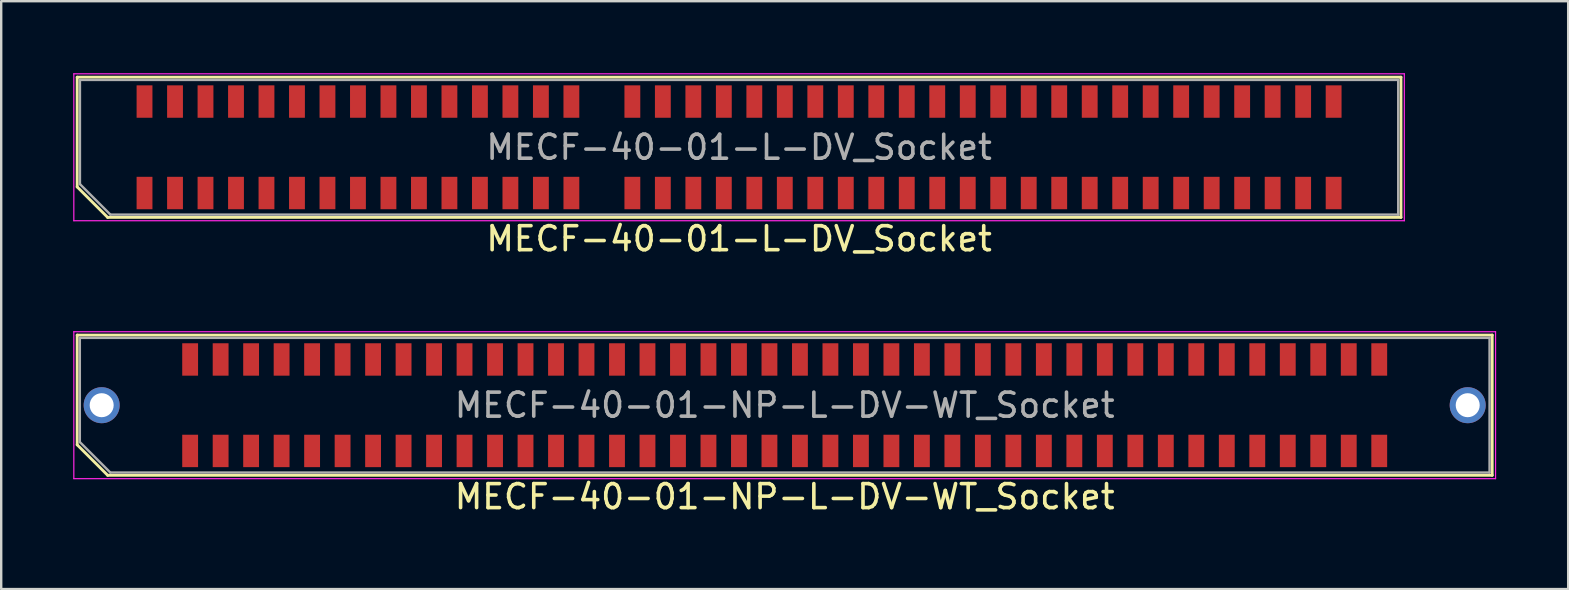
<source format=kicad_pcb>
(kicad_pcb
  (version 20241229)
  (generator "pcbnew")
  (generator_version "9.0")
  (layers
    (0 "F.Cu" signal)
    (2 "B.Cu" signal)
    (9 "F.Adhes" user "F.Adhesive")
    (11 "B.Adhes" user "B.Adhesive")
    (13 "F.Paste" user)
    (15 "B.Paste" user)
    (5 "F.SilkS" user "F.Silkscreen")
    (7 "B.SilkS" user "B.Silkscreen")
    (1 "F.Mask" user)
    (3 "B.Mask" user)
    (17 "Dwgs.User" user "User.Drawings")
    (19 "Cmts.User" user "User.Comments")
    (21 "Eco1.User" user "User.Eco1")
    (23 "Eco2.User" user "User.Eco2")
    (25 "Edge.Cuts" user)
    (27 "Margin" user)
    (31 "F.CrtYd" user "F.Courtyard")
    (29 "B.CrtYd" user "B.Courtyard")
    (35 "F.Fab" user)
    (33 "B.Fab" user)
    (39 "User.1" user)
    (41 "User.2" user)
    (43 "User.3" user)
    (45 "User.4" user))
  (footprint "MECF-40-01-L-DV_Socket"
    (layer "F.Cu")
    (at 27.735 3.085)
    (property "Reference" "MECF-40-01-L-DV_Socket" (at 0 3.81 0) (layer "F.SilkS") (effects (font (size 1 1) (thickness 0.15))))
    (attr smd)
    (fp_line (start -27.57 -2.92) (end 27.57 -2.92) (stroke (width 0.12) (type solid)) (layer "F.SilkS"))
    (fp_line (start -27.57 1.65) (end -27.57 -2.92) (stroke (width 0.12) (type solid)) (layer "F.SilkS"))
    (fp_line (start -26.3 2.92) (end -27.57 1.65) (stroke (width 0.12) (type solid)) (layer "F.SilkS"))
    (fp_line (start -26.3 2.92) (end 27.57 2.92) (stroke (width 0.12) (type solid)) (layer "F.SilkS"))
    (fp_line (start 27.57 2.92) (end 27.57 -2.92) (stroke (width 0.12) (type solid)) (layer "F.SilkS"))
    (fp_line (start -27.71 -3.06) (end -27.71 3.06) (stroke (width 0.05) (type solid)) (layer "F.CrtYd"))
    (fp_line (start -27.71 3.06) (end 27.71 3.06) (stroke (width 0.05) (type solid)) (layer "F.CrtYd"))
    (fp_line (start 27.71 -3.06) (end -27.71 -3.06) (stroke (width 0.05) (type solid)) (layer "F.CrtYd"))
    (fp_line (start 27.71 3.06) (end 27.71 -3.06) (stroke (width 0.05) (type solid)) (layer "F.CrtYd"))
    (fp_line (start -27.455 -2.805) (end 27.455 -2.805) (stroke (width 0.1) (type solid)) (layer "F.Fab"))
    (fp_line (start -27.455 1.535) (end -27.455 -2.805) (stroke (width 0.1) (type solid)) (layer "F.Fab"))
    (fp_line (start -27.455 1.535) (end -26.185 2.805) (stroke (width 0.1) (type solid)) (layer "F.Fab"))
    (fp_line (start -26.185 2.805) (end 27.455 2.805) (stroke (width 0.1) (type solid)) (layer "F.Fab"))
    (fp_line (start 27.455 2.805) (end 27.455 -2.805) (stroke (width 0.1) (type solid)) (layer "F.Fab"))
    (fp_text user "${REFERENCE}" (at 0 0 0) (layer "F.Fab") (effects (font (size 1 1) (thickness 0.15))))
    (pad "" np_thru_hole circle (at -26.545 0) (size 0.001 0.001) (drill 1.45) (layers "*.Cu" "*.Mask"))
    (pad "" np_thru_hole circle (at 26.545 1) (size 0.001 0.001) (drill 1.45) (layers "*.Cu" "*.Mask"))
    (pad "1" smd rect (at -24.765 1.905) (size 0.66 1.35) (layers "F.Cu" "F.Mask" "F.Paste"))
    (pad "2" smd rect (at -24.765 -1.905) (size 0.66 1.35) (layers "F.Cu" "F.Mask" "F.Paste"))
    (pad "3" smd rect (at -23.495 1.905) (size 0.66 1.35) (layers "F.Cu" "F.Mask" "F.Paste"))
    (pad "4" smd rect (at -23.495 -1.905) (size 0.66 1.35) (layers "F.Cu" "F.Mask" "F.Paste"))
    (pad "5" smd rect (at -22.225 1.905) (size 0.66 1.35) (layers "F.Cu" "F.Mask" "F.Paste"))
    (pad "6" smd rect (at -22.225 -1.905) (size 0.66 1.35) (layers "F.Cu" "F.Mask" "F.Paste"))
    (pad "7" smd rect (at -20.955 1.905) (size 0.66 1.35) (layers "F.Cu" "F.Mask" "F.Paste"))
    (pad "8" smd rect (at -20.955 -1.905) (size 0.66 1.35) (layers "F.Cu" "F.Mask" "F.Paste"))
    (pad "9" smd rect (at -19.685 1.905) (size 0.66 1.35) (layers "F.Cu" "F.Mask" "F.Paste"))
    (pad "10" smd rect (at -19.685 -1.905) (size 0.66 1.35) (layers "F.Cu" "F.Mask" "F.Paste"))
    (pad "11" smd rect (at -18.415 1.905) (size 0.66 1.35) (layers "F.Cu" "F.Mask" "F.Paste"))
    (pad "12" smd rect (at -18.415 -1.905) (size 0.66 1.35) (layers "F.Cu" "F.Mask" "F.Paste"))
    (pad "13" smd rect (at -17.145 1.905) (size 0.66 1.35) (layers "F.Cu" "F.Mask" "F.Paste"))
    (pad "14" smd rect (at -17.145 -1.905) (size 0.66 1.35) (layers "F.Cu" "F.Mask" "F.Paste"))
    (pad "15" smd rect (at -15.875 1.905) (size 0.66 1.35) (layers "F.Cu" "F.Mask" "F.Paste"))
    (pad "16" smd rect (at -15.875 -1.905) (size 0.66 1.35) (layers "F.Cu" "F.Mask" "F.Paste"))
    (pad "17" smd rect (at -14.605 1.905) (size 0.66 1.35) (layers "F.Cu" "F.Mask" "F.Paste"))
    (pad "18" smd rect (at -14.605 -1.905) (size 0.66 1.35) (layers "F.Cu" "F.Mask" "F.Paste"))
    (pad "19" smd rect (at -13.335 1.905) (size 0.66 1.35) (layers "F.Cu" "F.Mask" "F.Paste"))
    (pad "20" smd rect (at -13.335 -1.905) (size 0.66 1.35) (layers "F.Cu" "F.Mask" "F.Paste"))
    (pad "21" smd rect (at -12.065 1.905) (size 0.66 1.35) (layers "F.Cu" "F.Mask" "F.Paste"))
    (pad "22" smd rect (at -12.065 -1.905) (size 0.66 1.35) (layers "F.Cu" "F.Mask" "F.Paste"))
    (pad "23" smd rect (at -10.795 1.905) (size 0.66 1.35) (layers "F.Cu" "F.Mask" "F.Paste"))
    (pad "24" smd rect (at -10.795 -1.905) (size 0.66 1.35) (layers "F.Cu" "F.Mask" "F.Paste"))
    (pad "25" smd rect (at -9.525 1.905) (size 0.66 1.35) (layers "F.Cu" "F.Mask" "F.Paste"))
    (pad "26" smd rect (at -9.525 -1.905) (size 0.66 1.35) (layers "F.Cu" "F.Mask" "F.Paste"))
    (pad "27" smd rect (at -8.255 1.905) (size 0.66 1.35) (layers "F.Cu" "F.Mask" "F.Paste"))
    (pad "28" smd rect (at -8.255 -1.905) (size 0.66 1.35) (layers "F.Cu" "F.Mask" "F.Paste"))
    (pad "29" smd rect (at -6.985 1.905) (size 0.66 1.35) (layers "F.Cu" "F.Mask" "F.Paste"))
    (pad "30" smd rect (at -6.985 -1.905) (size 0.66 1.35) (layers "F.Cu" "F.Mask" "F.Paste"))
    (pad "33" smd rect (at -4.445 1.905) (size 0.66 1.35) (layers "F.Cu" "F.Mask" "F.Paste"))
    (pad "34" smd rect (at -4.445 -1.905) (size 0.66 1.35) (layers "F.Cu" "F.Mask" "F.Paste"))
    (pad "35" smd rect (at -3.175 1.905) (size 0.66 1.35) (layers "F.Cu" "F.Mask" "F.Paste"))
    (pad "36" smd rect (at -3.175 -1.905) (size 0.66 1.35) (layers "F.Cu" "F.Mask" "F.Paste"))
    (pad "37" smd rect (at -1.905 1.905) (size 0.66 1.35) (layers "F.Cu" "F.Mask" "F.Paste"))
    (pad "38" smd rect (at -1.905 -1.905) (size 0.66 1.35) (layers "F.Cu" "F.Mask" "F.Paste"))
    (pad "39" smd rect (at -0.635 1.905) (size 0.66 1.35) (layers "F.Cu" "F.Mask" "F.Paste"))
    (pad "40" smd rect (at -0.635 -1.905) (size 0.66 1.35) (layers "F.Cu" "F.Mask" "F.Paste"))
    (pad "41" smd rect (at 0.635 1.905) (size 0.66 1.35) (layers "F.Cu" "F.Mask" "F.Paste"))
    (pad "42" smd rect (at 0.635 -1.905) (size 0.66 1.35) (layers "F.Cu" "F.Mask" "F.Paste"))
    (pad "43" smd rect (at 1.905 1.905) (size 0.66 1.35) (layers "F.Cu" "F.Mask" "F.Paste"))
    (pad "44" smd rect (at 1.905 -1.905) (size 0.66 1.35) (layers "F.Cu" "F.Mask" "F.Paste"))
    (pad "45" smd rect (at 3.175 1.905) (size 0.66 1.35) (layers "F.Cu" "F.Mask" "F.Paste"))
    (pad "46" smd rect (at 3.175 -1.905) (size 0.66 1.35) (layers "F.Cu" "F.Mask" "F.Paste"))
    (pad "47" smd rect (at 4.445 1.905) (size 0.66 1.35) (layers "F.Cu" "F.Mask" "F.Paste"))
    (pad "48" smd rect (at 4.445 -1.905) (size 0.66 1.35) (layers "F.Cu" "F.Mask" "F.Paste"))
    (pad "49" smd rect (at 5.715 1.905) (size 0.66 1.35) (layers "F.Cu" "F.Mask" "F.Paste"))
    (pad "50" smd rect (at 5.715 -1.905) (size 0.66 1.35) (layers "F.Cu" "F.Mask" "F.Paste"))
    (pad "51" smd rect (at 6.985 1.905) (size 0.66 1.35) (layers "F.Cu" "F.Mask" "F.Paste"))
    (pad "52" smd rect (at 6.985 -1.905) (size 0.66 1.35) (layers "F.Cu" "F.Mask" "F.Paste"))
    (pad "53" smd rect (at 8.255 1.905) (size 0.66 1.35) (layers "F.Cu" "F.Mask" "F.Paste"))
    (pad "54" smd rect (at 8.255 -1.905) (size 0.66 1.35) (layers "F.Cu" "F.Mask" "F.Paste"))
    (pad "55" smd rect (at 9.525 1.905) (size 0.66 1.35) (layers "F.Cu" "F.Mask" "F.Paste"))
    (pad "56" smd rect (at 9.525 -1.905) (size 0.66 1.35) (layers "F.Cu" "F.Mask" "F.Paste"))
    (pad "57" smd rect (at 10.795 1.905) (size 0.66 1.35) (layers "F.Cu" "F.Mask" "F.Paste"))
    (pad "58" smd rect (at 10.795 -1.905) (size 0.66 1.35) (layers "F.Cu" "F.Mask" "F.Paste"))
    (pad "59" smd rect (at 12.065 1.905) (size 0.66 1.35) (layers "F.Cu" "F.Mask" "F.Paste"))
    (pad "60" smd rect (at 12.065 -1.905) (size 0.66 1.35) (layers "F.Cu" "F.Mask" "F.Paste"))
    (pad "61" smd rect (at 13.335 1.905) (size 0.66 1.35) (layers "F.Cu" "F.Mask" "F.Paste"))
    (pad "62" smd rect (at 13.335 -1.905) (size 0.66 1.35) (layers "F.Cu" "F.Mask" "F.Paste"))
    (pad "63" smd rect (at 14.605 1.905) (size 0.66 1.35) (layers "F.Cu" "F.Mask" "F.Paste"))
    (pad "64" smd rect (at 14.605 -1.905) (size 0.66 1.35) (layers "F.Cu" "F.Mask" "F.Paste"))
    (pad "65" smd rect (at 15.875 1.905) (size 0.66 1.35) (layers "F.Cu" "F.Mask" "F.Paste"))
    (pad "66" smd rect (at 15.875 -1.905) (size 0.66 1.35) (layers "F.Cu" "F.Mask" "F.Paste"))
    (pad "67" smd rect (at 17.145 1.905) (size 0.66 1.35) (layers "F.Cu" "F.Mask" "F.Paste"))
    (pad "68" smd rect (at 17.145 -1.905) (size 0.66 1.35) (layers "F.Cu" "F.Mask" "F.Paste"))
    (pad "69" smd rect (at 18.415 1.905) (size 0.66 1.35) (layers "F.Cu" "F.Mask" "F.Paste"))
    (pad "70" smd rect (at 18.415 -1.905) (size 0.66 1.35) (layers "F.Cu" "F.Mask" "F.Paste"))
    (pad "71" smd rect (at 19.685 1.905) (size 0.66 1.35) (layers "F.Cu" "F.Mask" "F.Paste"))
    (pad "72" smd rect (at 19.685 -1.905) (size 0.66 1.35) (layers "F.Cu" "F.Mask" "F.Paste"))
    (pad "73" smd rect (at 20.955 1.905) (size 0.66 1.35) (layers "F.Cu" "F.Mask" "F.Paste"))
    (pad "74" smd rect (at 20.955 -1.905) (size 0.66 1.35) (layers "F.Cu" "F.Mask" "F.Paste"))
    (pad "75" smd rect (at 22.225 1.905) (size 0.66 1.35) (layers "F.Cu" "F.Mask" "F.Paste"))
    (pad "76" smd rect (at 22.225 -1.905) (size 0.66 1.35) (layers "F.Cu" "F.Mask" "F.Paste"))
    (pad "77" smd rect (at 23.495 1.905) (size 0.66 1.35) (layers "F.Cu" "F.Mask" "F.Paste"))
    (pad "78" smd rect (at 23.495 -1.905) (size 0.66 1.35) (layers "F.Cu" "F.Mask" "F.Paste"))
    (pad "79" smd rect (at 24.765 1.905) (size 0.66 1.35) (layers "F.Cu" "F.Mask" "F.Paste"))
    (pad "80" smd rect (at 24.765 -1.905) (size 0.66 1.35) (layers "F.Cu" "F.Mask" "F.Paste")))
  (footprint "MECF-40-01-NP-L-DV-WT_Socket"
    (layer "F.Cu")
    (at 29.635 13.828)
    (property "Reference" "MECF-40-01-NP-L-DV-WT_Socket" (at 0 3.81 0) (layer "F.SilkS") (effects (font (size 1 1) (thickness 0.15))))
    (attr smd)
    (fp_line (start -29.47 -2.92) (end 29.47 -2.92) (stroke (width 0.12) (type solid)) (layer "F.SilkS"))
    (fp_line (start -29.47 1.65) (end -29.47 -2.92) (stroke (width 0.12) (type solid)) (layer "F.SilkS"))
    (fp_line (start -28.2 2.92) (end -29.47 1.65) (stroke (width 0.12) (type solid)) (layer "F.SilkS"))
    (fp_line (start -28.2 2.92) (end 29.47 2.92) (stroke (width 0.12) (type solid)) (layer "F.SilkS"))
    (fp_line (start 29.47 2.92) (end 29.47 -2.92) (stroke (width 0.12) (type solid)) (layer "F.SilkS"))
    (fp_line (start -29.61 -3.06) (end -29.61 3.06) (stroke (width 0.05) (type solid)) (layer "F.CrtYd"))
    (fp_line (start -29.61 3.06) (end 29.61 3.06) (stroke (width 0.05) (type solid)) (layer "F.CrtYd"))
    (fp_line (start 29.61 -3.06) (end -29.61 -3.06) (stroke (width 0.05) (type solid)) (layer "F.CrtYd"))
    (fp_line (start 29.61 3.06) (end 29.61 -3.06) (stroke (width 0.05) (type solid)) (layer "F.CrtYd"))
    (fp_line (start -29.36 -2.805) (end 29.36 -2.805) (stroke (width 0.1) (type solid)) (layer "F.Fab"))
    (fp_line (start -29.36 1.535) (end -29.36 -2.805) (stroke (width 0.1) (type solid)) (layer "F.Fab"))
    (fp_line (start -29.36 1.535) (end -28.09 2.805) (stroke (width 0.1) (type solid)) (layer "F.Fab"))
    (fp_line (start -28.09 2.805) (end 29.36 2.805) (stroke (width 0.1) (type solid)) (layer "F.Fab"))
    (fp_line (start 29.36 2.805) (end 29.36 -2.805) (stroke (width 0.1) (type solid)) (layer "F.Fab"))
    (fp_text user "${REFERENCE}" (at 0 0 0) (layer "F.Fab") (effects (font (size 1 1) (thickness 0.15))))
    (pad "" thru_hole circle (at -28.45 0) (size 1.5 1.5) (drill 1) (layers "*.Cu" "*.Mask"))
    (pad "" np_thru_hole circle (at -26.545 0) (size 0.001 0.001) (drill 1.45) (layers "*.Cu" "*.Mask"))
    (pad "" np_thru_hole circle (at 26.545 1) (size 0.001 0.001) (drill 1.45) (layers "*.Cu" "*.Mask"))
    (pad "" thru_hole circle (at 28.45 0) (size 1.5 1.5) (drill 1) (layers "*.Cu" "*.Mask"))
    (pad "1" smd rect (at -24.765 1.905) (size 0.66 1.35) (layers "F.Cu" "F.Mask" "F.Paste"))
    (pad "2" smd rect (at -24.765 -1.905) (size 0.66 1.35) (layers "F.Cu" "F.Mask" "F.Paste"))
    (pad "3" smd rect (at -23.495 1.905) (size 0.66 1.35) (layers "F.Cu" "F.Mask" "F.Paste"))
    (pad "4" smd rect (at -23.495 -1.905) (size 0.66 1.35) (layers "F.Cu" "F.Mask" "F.Paste"))
    (pad "5" smd rect (at -22.225 1.905) (size 0.66 1.35) (layers "F.Cu" "F.Mask" "F.Paste"))
    (pad "6" smd rect (at -22.225 -1.905) (size 0.66 1.35) (layers "F.Cu" "F.Mask" "F.Paste"))
    (pad "7" smd rect (at -20.955 1.905) (size 0.66 1.35) (layers "F.Cu" "F.Mask" "F.Paste"))
    (pad "8" smd rect (at -20.955 -1.905) (size 0.66 1.35) (layers "F.Cu" "F.Mask" "F.Paste"))
    (pad "9" smd rect (at -19.685 1.905) (size 0.66 1.35) (layers "F.Cu" "F.Mask" "F.Paste"))
    (pad "10" smd rect (at -19.685 -1.905) (size 0.66 1.35) (layers "F.Cu" "F.Mask" "F.Paste"))
    (pad "11" smd rect (at -18.415 1.905) (size 0.66 1.35) (layers "F.Cu" "F.Mask" "F.Paste"))
    (pad "12" smd rect (at -18.415 -1.905) (size 0.66 1.35) (layers "F.Cu" "F.Mask" "F.Paste"))
    (pad "13" smd rect (at -17.145 1.905) (size 0.66 1.35) (layers "F.Cu" "F.Mask" "F.Paste"))
    (pad "14" smd rect (at -17.145 -1.905) (size 0.66 1.35) (layers "F.Cu" "F.Mask" "F.Paste"))
    (pad "15" smd rect (at -15.875 1.905) (size 0.66 1.35) (layers "F.Cu" "F.Mask" "F.Paste"))
    (pad "16" smd rect (at -15.875 -1.905) (size 0.66 1.35) (layers "F.Cu" "F.Mask" "F.Paste"))
    (pad "17" smd rect (at -14.605 1.905) (size 0.66 1.35) (layers "F.Cu" "F.Mask" "F.Paste"))
    (pad "18" smd rect (at -14.605 -1.905) (size 0.66 1.35) (layers "F.Cu" "F.Mask" "F.Paste"))
    (pad "19" smd rect (at -13.335 1.905) (size 0.66 1.35) (layers "F.Cu" "F.Mask" "F.Paste"))
    (pad "20" smd rect (at -13.335 -1.905) (size 0.66 1.35) (layers "F.Cu" "F.Mask" "F.Paste"))
    (pad "21" smd rect (at -12.065 1.905) (size 0.66 1.35) (layers "F.Cu" "F.Mask" "F.Paste"))
    (pad "22" smd rect (at -12.065 -1.905) (size 0.66 1.35) (layers "F.Cu" "F.Mask" "F.Paste"))
    (pad "23" smd rect (at -10.795 1.905) (size 0.66 1.35) (layers "F.Cu" "F.Mask" "F.Paste"))
    (pad "24" smd rect (at -10.795 -1.905) (size 0.66 1.35) (layers "F.Cu" "F.Mask" "F.Paste"))
    (pad "25" smd rect (at -9.525 1.905) (size 0.66 1.35) (layers "F.Cu" "F.Mask" "F.Paste"))
    (pad "26" smd rect (at -9.525 -1.905) (size 0.66 1.35) (layers "F.Cu" "F.Mask" "F.Paste"))
    (pad "27" smd rect (at -8.255 1.905) (size 0.66 1.35) (layers "F.Cu" "F.Mask" "F.Paste"))
    (pad "28" smd rect (at -8.255 -1.905) (size 0.66 1.35) (layers "F.Cu" "F.Mask" "F.Paste"))
    (pad "29" smd rect (at -6.985 1.905) (size 0.66 1.35) (layers "F.Cu" "F.Mask" "F.Paste"))
    (pad "30" smd rect (at -6.985 -1.905) (size 0.66 1.35) (layers "F.Cu" "F.Mask" "F.Paste"))
    (pad "31" smd rect (at -5.715 1.905) (size 0.66 1.35) (layers "F.Cu" "F.Mask" "F.Paste"))
    (pad "32" smd rect (at -5.715 -1.905) (size 0.66 1.35) (layers "F.Cu" "F.Mask" "F.Paste"))
    (pad "33" smd rect (at -4.445 1.905) (size 0.66 1.35) (layers "F.Cu" "F.Mask" "F.Paste"))
    (pad "34" smd rect (at -4.445 -1.905) (size 0.66 1.35) (layers "F.Cu" "F.Mask" "F.Paste"))
    (pad "35" smd rect (at -3.175 1.905) (size 0.66 1.35) (layers "F.Cu" "F.Mask" "F.Paste"))
    (pad "36" smd rect (at -3.175 -1.905) (size 0.66 1.35) (layers "F.Cu" "F.Mask" "F.Paste"))
    (pad "37" smd rect (at -1.905 1.905) (size 0.66 1.35) (layers "F.Cu" "F.Mask" "F.Paste"))
    (pad "38" smd rect (at -1.905 -1.905) (size 0.66 1.35) (layers "F.Cu" "F.Mask" "F.Paste"))
    (pad "39" smd rect (at -0.635 1.905) (size 0.66 1.35) (layers "F.Cu" "F.Mask" "F.Paste"))
    (pad "40" smd rect (at -0.635 -1.905) (size 0.66 1.35) (layers "F.Cu" "F.Mask" "F.Paste"))
    (pad "41" smd rect (at 0.635 1.905) (size 0.66 1.35) (layers "F.Cu" "F.Mask" "F.Paste"))
    (pad "42" smd rect (at 0.635 -1.905) (size 0.66 1.35) (layers "F.Cu" "F.Mask" "F.Paste"))
    (pad "43" smd rect (at 1.905 1.905) (size 0.66 1.35) (layers "F.Cu" "F.Mask" "F.Paste"))
    (pad "44" smd rect (at 1.905 -1.905) (size 0.66 1.35) (layers "F.Cu" "F.Mask" "F.Paste"))
    (pad "45" smd rect (at 3.175 1.905) (size 0.66 1.35) (layers "F.Cu" "F.Mask" "F.Paste"))
    (pad "46" smd rect (at 3.175 -1.905) (size 0.66 1.35) (layers "F.Cu" "F.Mask" "F.Paste"))
    (pad "47" smd rect (at 4.445 1.905) (size 0.66 1.35) (layers "F.Cu" "F.Mask" "F.Paste"))
    (pad "48" smd rect (at 4.445 -1.905) (size 0.66 1.35) (layers "F.Cu" "F.Mask" "F.Paste"))
    (pad "49" smd rect (at 5.715 1.905) (size 0.66 1.35) (layers "F.Cu" "F.Mask" "F.Paste"))
    (pad "50" smd rect (at 5.715 -1.905) (size 0.66 1.35) (layers "F.Cu" "F.Mask" "F.Paste"))
    (pad "51" smd rect (at 6.985 1.905) (size 0.66 1.35) (layers "F.Cu" "F.Mask" "F.Paste"))
    (pad "52" smd rect (at 6.985 -1.905) (size 0.66 1.35) (layers "F.Cu" "F.Mask" "F.Paste"))
    (pad "53" smd rect (at 8.255 1.905) (size 0.66 1.35) (layers "F.Cu" "F.Mask" "F.Paste"))
    (pad "54" smd rect (at 8.255 -1.905) (size 0.66 1.35) (layers "F.Cu" "F.Mask" "F.Paste"))
    (pad "55" smd rect (at 9.525 1.905) (size 0.66 1.35) (layers "F.Cu" "F.Mask" "F.Paste"))
    (pad "56" smd rect (at 9.525 -1.905) (size 0.66 1.35) (layers "F.Cu" "F.Mask" "F.Paste"))
    (pad "57" smd rect (at 10.795 1.905) (size 0.66 1.35) (layers "F.Cu" "F.Mask" "F.Paste"))
    (pad "58" smd rect (at 10.795 -1.905) (size 0.66 1.35) (layers "F.Cu" "F.Mask" "F.Paste"))
    (pad "59" smd rect (at 12.065 1.905) (size 0.66 1.35) (layers "F.Cu" "F.Mask" "F.Paste"))
    (pad "60" smd rect (at 12.065 -1.905) (size 0.66 1.35) (layers "F.Cu" "F.Mask" "F.Paste"))
    (pad "61" smd rect (at 13.335 1.905) (size 0.66 1.35) (layers "F.Cu" "F.Mask" "F.Paste"))
    (pad "62" smd rect (at 13.335 -1.905) (size 0.66 1.35) (layers "F.Cu" "F.Mask" "F.Paste"))
    (pad "63" smd rect (at 14.605 1.905) (size 0.66 1.35) (layers "F.Cu" "F.Mask" "F.Paste"))
    (pad "64" smd rect (at 14.605 -1.905) (size 0.66 1.35) (layers "F.Cu" "F.Mask" "F.Paste"))
    (pad "65" smd rect (at 15.875 1.905) (size 0.66 1.35) (layers "F.Cu" "F.Mask" "F.Paste"))
    (pad "66" smd rect (at 15.875 -1.905) (size 0.66 1.35) (layers "F.Cu" "F.Mask" "F.Paste"))
    (pad "67" smd rect (at 17.145 1.905) (size 0.66 1.35) (layers "F.Cu" "F.Mask" "F.Paste"))
    (pad "68" smd rect (at 17.145 -1.905) (size 0.66 1.35) (layers "F.Cu" "F.Mask" "F.Paste"))
    (pad "69" smd rect (at 18.415 1.905) (size 0.66 1.35) (layers "F.Cu" "F.Mask" "F.Paste"))
    (pad "70" smd rect (at 18.415 -1.905) (size 0.66 1.35) (layers "F.Cu" "F.Mask" "F.Paste"))
    (pad "71" smd rect (at 19.685 1.905) (size 0.66 1.35) (layers "F.Cu" "F.Mask" "F.Paste"))
    (pad "72" smd rect (at 19.685 -1.905) (size 0.66 1.35) (layers "F.Cu" "F.Mask" "F.Paste"))
    (pad "73" smd rect (at 20.955 1.905) (size 0.66 1.35) (layers "F.Cu" "F.Mask" "F.Paste"))
    (pad "74" smd rect (at 20.955 -1.905) (size 0.66 1.35) (layers "F.Cu" "F.Mask" "F.Paste"))
    (pad "75" smd rect (at 22.225 1.905) (size 0.66 1.35) (layers "F.Cu" "F.Mask" "F.Paste"))
    (pad "76" smd rect (at 22.225 -1.905) (size 0.66 1.35) (layers "F.Cu" "F.Mask" "F.Paste"))
    (pad "77" smd rect (at 23.495 1.905) (size 0.66 1.35) (layers "F.Cu" "F.Mask" "F.Paste"))
    (pad "78" smd rect (at 23.495 -1.905) (size 0.66 1.35) (layers "F.Cu" "F.Mask" "F.Paste"))
    (pad "79" smd rect (at 24.765 1.905) (size 0.66 1.35) (layers "F.Cu" "F.Mask" "F.Paste"))
    (pad "80" smd rect (at 24.765 -1.905) (size 0.66 1.35) (layers "F.Cu" "F.Mask" "F.Paste")))
  (gr_rect
    (start -3 -3)
    (end 62.27 21.486)
    (stroke (width 0.1) (type default))
    (fill no)
    (layer "Edge.Cuts")))
</source>
